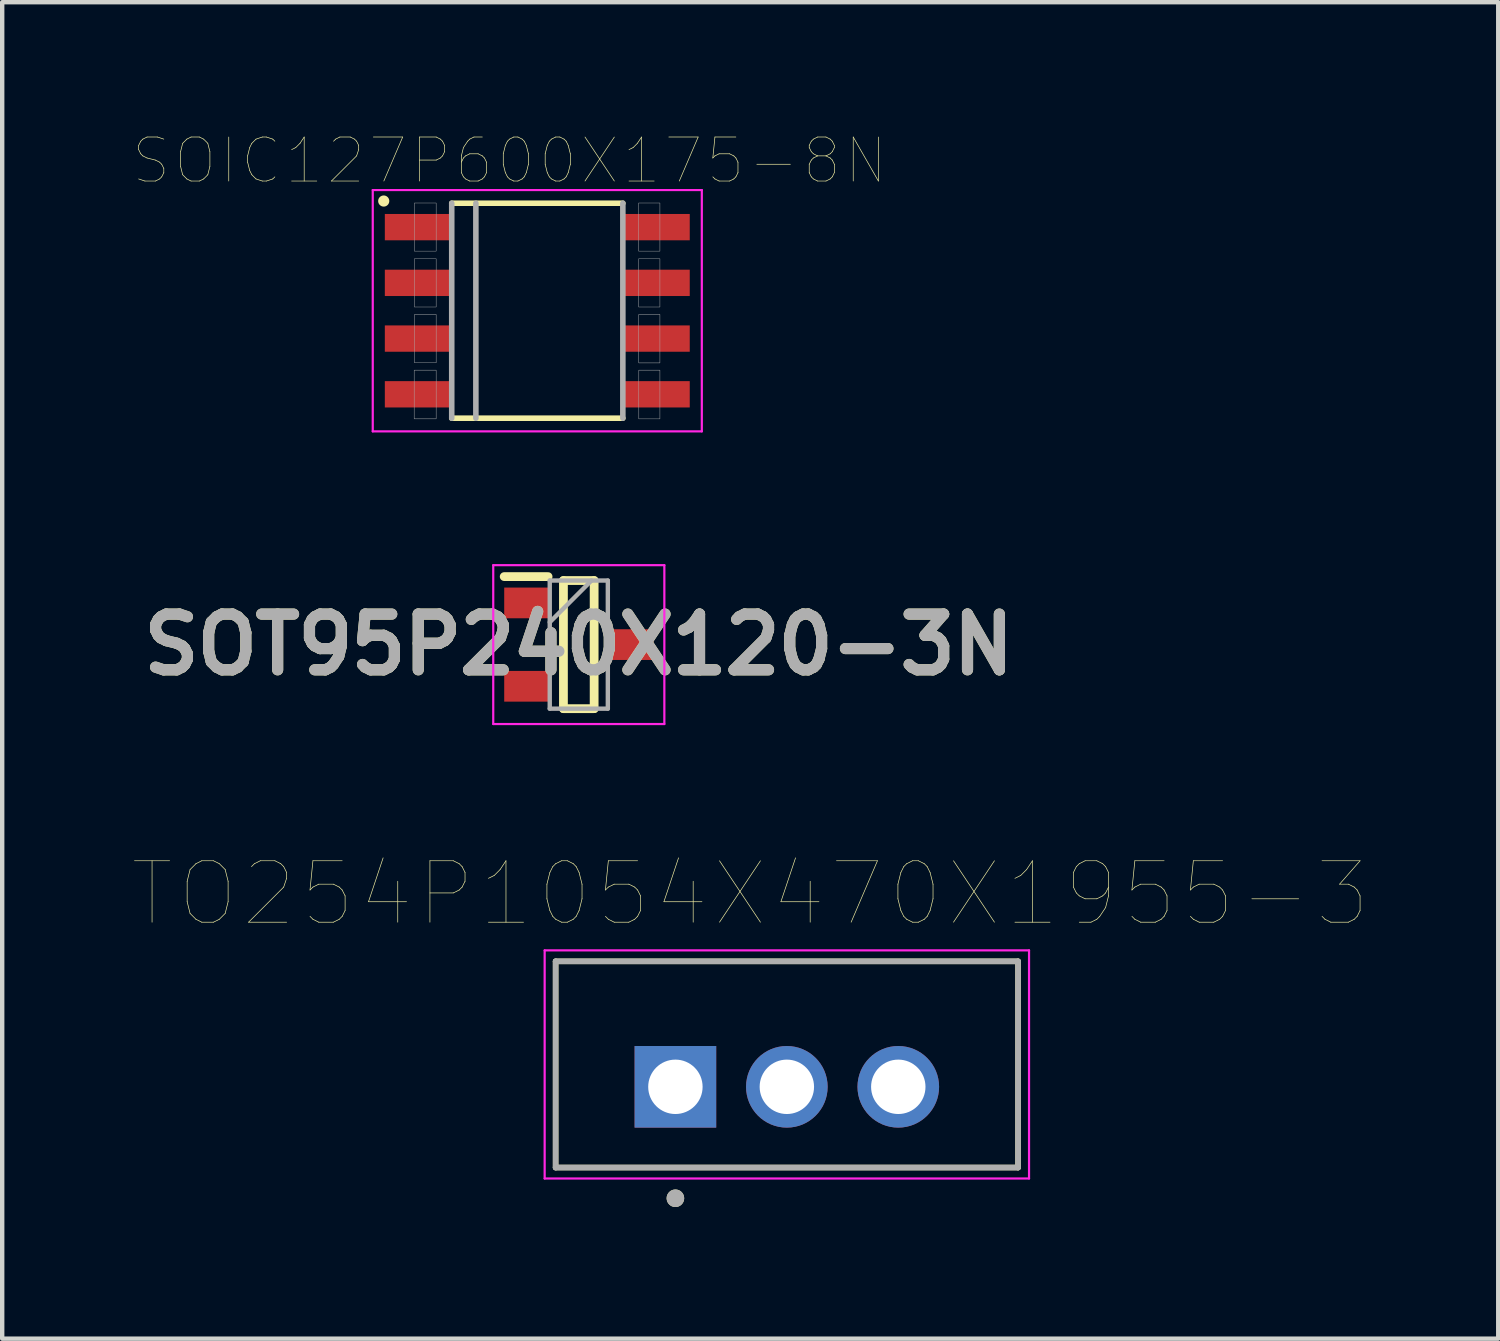
<source format=kicad_pcb>
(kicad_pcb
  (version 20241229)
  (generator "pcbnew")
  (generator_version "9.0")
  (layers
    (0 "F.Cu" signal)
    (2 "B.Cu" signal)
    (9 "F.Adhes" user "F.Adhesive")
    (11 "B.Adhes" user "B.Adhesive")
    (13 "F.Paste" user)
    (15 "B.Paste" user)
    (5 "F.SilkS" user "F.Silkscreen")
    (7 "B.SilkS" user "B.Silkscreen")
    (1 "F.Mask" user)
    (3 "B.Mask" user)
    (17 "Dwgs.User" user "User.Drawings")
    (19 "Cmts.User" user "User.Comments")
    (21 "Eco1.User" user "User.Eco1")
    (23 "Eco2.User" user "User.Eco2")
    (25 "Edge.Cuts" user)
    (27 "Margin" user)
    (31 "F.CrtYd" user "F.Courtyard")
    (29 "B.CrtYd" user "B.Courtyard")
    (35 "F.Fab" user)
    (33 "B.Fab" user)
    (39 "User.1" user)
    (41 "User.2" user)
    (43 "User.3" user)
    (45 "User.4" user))
  (footprint "TO254P1054X470X1955-3"
    (layer "F.Cu")
    (at 14.884 21.721)
    (property "Reference" "TO254P1054X470X1955-3" (at -0.835 -4.399 0) (layer "F.SilkS") (effects (font (size 1.4 1.4) (thickness 0.015))))
    (attr through_hole)
    (fp_line (start -5.27 -2.86) (end -5.27 1.84) (stroke (width 0.127) (type solid)) (layer "F.SilkS"))
    (fp_line (start -5.27 1.84) (end 5.27 1.84) (stroke (width 0.127) (type solid)) (layer "F.SilkS"))
    (fp_line (start 5.27 -2.86) (end -5.27 -2.86) (stroke (width 0.127) (type solid)) (layer "F.SilkS"))
    (fp_line (start 5.27 1.84) (end 5.27 -2.86) (stroke (width 0.127) (type solid)) (layer "F.SilkS"))
    (fp_circle (center -2.54 2.54) (end -2.44 2.54) (stroke (width 0.2) (type solid)) (fill no) (layer "F.SilkS"))
    (fp_line (start -5.52 -3.11) (end -5.52 2.09) (stroke (width 0.05) (type solid)) (layer "F.CrtYd"))
    (fp_line (start -5.52 2.09) (end 5.52 2.09) (stroke (width 0.05) (type solid)) (layer "F.CrtYd"))
    (fp_line (start 5.52 -3.11) (end -5.52 -3.11) (stroke (width 0.05) (type solid)) (layer "F.CrtYd"))
    (fp_line (start 5.52 2.09) (end 5.52 -3.11) (stroke (width 0.05) (type solid)) (layer "F.CrtYd"))
    (fp_line (start -5.27 -2.86) (end -5.27 1.84) (stroke (width 0.127) (type solid)) (layer "F.Fab"))
    (fp_line (start -5.27 1.84) (end 5.27 1.84) (stroke (width 0.127) (type solid)) (layer "F.Fab"))
    (fp_line (start 5.27 -2.86) (end -5.27 -2.86) (stroke (width 0.127) (type solid)) (layer "F.Fab"))
    (fp_line (start 5.27 1.84) (end 5.27 -2.86) (stroke (width 0.127) (type solid)) (layer "F.Fab"))
    (fp_circle (center -2.54 2.54) (end -2.44 2.54) (stroke (width 0.2) (type solid)) (fill no) (layer "F.Fab"))
    (pad "1" thru_hole rect (at -2.54 0) (size 1.86 1.86) (drill 1.24) (layers "*.Cu" "*.Mask"))
    (pad "2" thru_hole circle (at 0 0) (size 1.86 1.86) (drill 1.24) (layers "*.Cu" "*.Mask"))
    (pad "3" thru_hole circle (at 2.54 0) (size 1.86 1.86) (drill 1.24) (layers "*.Cu" "*.Mask")))
  (footprint "SOT95P240X120-3N"
    (layer "F.Cu")
    (at 10.142 11.642)
    (property "Reference" "SOT95P240X120-3N" (at 0 0 0) (layer "F.SilkS") (effects (font (size 1.27 1.27) (thickness 0.254))))
    (attr smd)
    (fp_line (start -1.7 -1.55) (end -0.7 -1.55) (stroke (width 0.2) (type solid)) (layer "F.SilkS"))
    (fp_line (start -0.35 -1.46) (end 0.35 -1.46) (stroke (width 0.2) (type solid)) (layer "F.SilkS"))
    (fp_line (start -0.35 1.46) (end -0.35 -1.46) (stroke (width 0.2) (type solid)) (layer "F.SilkS"))
    (fp_line (start 0.35 -1.46) (end 0.35 1.46) (stroke (width 0.2) (type solid)) (layer "F.SilkS"))
    (fp_line (start 0.35 1.46) (end -0.35 1.46) (stroke (width 0.2) (type solid)) (layer "F.SilkS"))
    (fp_line (start -1.95 -1.81) (end 1.95 -1.81) (stroke (width 0.05) (type solid)) (layer "F.CrtYd"))
    (fp_line (start -1.95 1.81) (end -1.95 -1.81) (stroke (width 0.05) (type solid)) (layer "F.CrtYd"))
    (fp_line (start 1.95 -1.81) (end 1.95 1.81) (stroke (width 0.05) (type solid)) (layer "F.CrtYd"))
    (fp_line (start 1.95 1.81) (end -1.95 1.81) (stroke (width 0.05) (type solid)) (layer "F.CrtYd"))
    (fp_line (start -0.662 -1.46) (end 0.662 -1.46) (stroke (width 0.1) (type solid)) (layer "F.Fab"))
    (fp_line (start -0.662 -0.51) (end 0.288 -1.46) (stroke (width 0.1) (type solid)) (layer "F.Fab"))
    (fp_line (start -0.662 1.46) (end -0.662 -1.46) (stroke (width 0.1) (type solid)) (layer "F.Fab"))
    (fp_line (start 0.662 -1.46) (end 0.662 1.46) (stroke (width 0.1) (type solid)) (layer "F.Fab"))
    (fp_line (start 0.662 1.46) (end -0.662 1.46) (stroke (width 0.1) (type solid)) (layer "F.Fab"))
    (fp_text user "${REFERENCE}" (at 0 0 0) (layer "F.Fab") (effects (font (size 1.27 1.27) (thickness 0.254))))
    (pad "1" smd rect (at -1.2 -0.95 90) (size 0.7 1) (layers "F.Cu" "F.Mask" "F.Paste"))
    (pad "2" smd rect (at -1.2 0.95 90) (size 0.7 1) (layers "F.Cu" "F.Mask" "F.Paste"))
    (pad "3" smd rect (at 1.2 0 90) (size 0.7 1) (layers "F.Cu" "F.Mask" "F.Paste")))
  (footprint "SOIC127P600X175-8N"
    (layer "F.Cu")
    (at 9.196 4.032)
    (property "Reference" "SOIC127P600X175-8N" (at -0.632 -3.419 0) (layer "F.SilkS") (effects (font (size 1.003 1.003) (thickness 0.015))))
    (attr through_hole)
    (fp_line (start -1.95 -2.45) (end 1.95 -2.45) (stroke (width 0.127) (type solid)) (layer "F.SilkS"))
    (fp_line (start -1.95 2.45) (end 1.95 2.45) (stroke (width 0.127) (type solid)) (layer "F.SilkS"))
    (fp_circle (center -3.5 -2.5) (end -3.373 -2.5) (stroke (width 0) (type solid)) (fill yes) (layer "F.SilkS"))
    (fp_line (start -3.75 -2.75) (end 3.75 -2.75) (stroke (width 0.05) (type solid)) (layer "F.CrtYd"))
    (fp_line (start -3.75 2.75) (end -3.75 -2.75) (stroke (width 0.05) (type solid)) (layer "F.CrtYd"))
    (fp_line (start 3.75 -2.75) (end 3.75 2.75) (stroke (width 0.05) (type solid)) (layer "F.CrtYd"))
    (fp_line (start 3.75 2.75) (end -3.75 2.75) (stroke (width 0.05) (type solid)) (layer "F.CrtYd"))
    (fp_line (start -1.95 2.45) (end -1.95 -2.45) (stroke (width 0.127) (type solid)) (layer "F.Fab"))
    (fp_line (start -1.4 2.45) (end -1.4 -2.45) (stroke (width 0.127) (type solid)) (layer "F.Fab"))
    (fp_line (start 1.95 -2.45) (end 1.95 2.45) (stroke (width 0.127) (type solid)) (layer "F.Fab"))
    (fp_poly (pts (xy -2.806 1.355) (xy -2.305 1.355) (xy -2.305 2.464) (xy -2.806 2.464)) (stroke (width 0.01) (type solid)) (fill no) (layer "F.Fab"))
    (fp_poly (pts (xy -2.802 -2.455) (xy -2.305 -2.455) (xy -2.305 -1.358) (xy -2.802 -1.358)) (stroke (width 0.01) (type solid)) (fill no) (layer "F.Fab"))
    (fp_poly (pts (xy -2.801 -1.185) (xy -2.305 -1.185) (xy -2.305 -0.085) (xy -2.801 -0.085)) (stroke (width 0.01) (type solid)) (fill no) (layer "F.Fab"))
    (fp_poly (pts (xy -2.799 0.085) (xy -2.305 0.085) (xy -2.305 1.187) (xy -2.799 1.187)) (stroke (width 0.01) (type solid)) (fill no) (layer "F.Fab"))
    (fp_poly (pts (xy 2.31 -2.455) (xy 2.795 -2.455) (xy 2.795 -1.358) (xy 2.31 -1.358)) (stroke (width 0.01) (type solid)) (fill no) (layer "F.Fab"))
    (fp_poly (pts (xy 2.311 -1.185) (xy 2.795 -1.185) (xy 2.795 -0.085) (xy 2.311 -0.085)) (stroke (width 0.01) (type solid)) (fill no) (layer "F.Fab"))
    (fp_poly (pts (xy 2.313 0.085) (xy 2.795 0.085) (xy 2.795 1.189) (xy 2.313 1.189)) (stroke (width 0.01) (type solid)) (fill no) (layer "F.Fab"))
    (fp_poly (pts (xy 2.314 1.355) (xy 2.795 1.355) (xy 2.795 2.465) (xy 2.314 2.465)) (stroke (width 0.01) (type solid)) (fill no) (layer "F.Fab"))
    (pad "1" smd rect (at -2.7 -1.905) (size 1.55 0.6) (layers "F.Cu" "F.Mask" "F.Paste"))
    (pad "2" smd rect (at -2.7 -0.635) (size 1.55 0.6) (layers "F.Cu" "F.Mask" "F.Paste"))
    (pad "3" smd rect (at -2.7 0.635) (size 1.55 0.6) (layers "F.Cu" "F.Mask" "F.Paste"))
    (pad "4" smd rect (at -2.7 1.905) (size 1.55 0.6) (layers "F.Cu" "F.Mask" "F.Paste"))
    (pad "5" smd rect (at 2.7 1.905) (size 1.55 0.6) (layers "F.Cu" "F.Mask" "F.Paste"))
    (pad "6" smd rect (at 2.7 0.635) (size 1.55 0.6) (layers "F.Cu" "F.Mask" "F.Paste"))
    (pad "7" smd rect (at 2.7 -0.635) (size 1.55 0.6) (layers "F.Cu" "F.Mask" "F.Paste"))
    (pad "8" smd rect (at 2.7 -1.905) (size 1.55 0.6) (layers "F.Cu" "F.Mask" "F.Paste")))
  (gr_rect
    (start -3 -3)
    (end 31.098 27.461)
    (stroke (width 0.1) (type default))
    (fill no)
    (layer "Edge.Cuts")))
</source>
